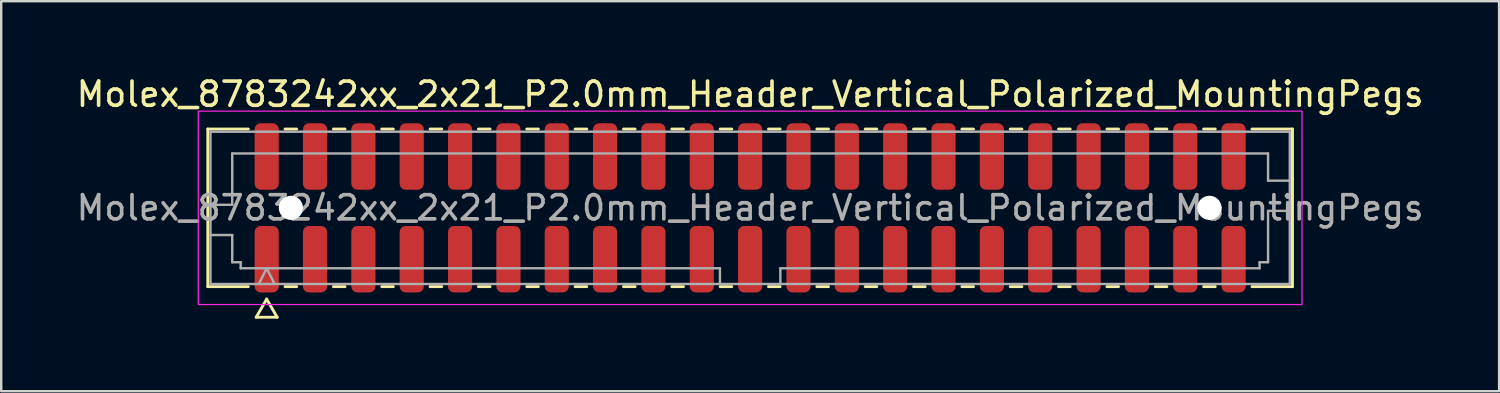
<source format=kicad_pcb>
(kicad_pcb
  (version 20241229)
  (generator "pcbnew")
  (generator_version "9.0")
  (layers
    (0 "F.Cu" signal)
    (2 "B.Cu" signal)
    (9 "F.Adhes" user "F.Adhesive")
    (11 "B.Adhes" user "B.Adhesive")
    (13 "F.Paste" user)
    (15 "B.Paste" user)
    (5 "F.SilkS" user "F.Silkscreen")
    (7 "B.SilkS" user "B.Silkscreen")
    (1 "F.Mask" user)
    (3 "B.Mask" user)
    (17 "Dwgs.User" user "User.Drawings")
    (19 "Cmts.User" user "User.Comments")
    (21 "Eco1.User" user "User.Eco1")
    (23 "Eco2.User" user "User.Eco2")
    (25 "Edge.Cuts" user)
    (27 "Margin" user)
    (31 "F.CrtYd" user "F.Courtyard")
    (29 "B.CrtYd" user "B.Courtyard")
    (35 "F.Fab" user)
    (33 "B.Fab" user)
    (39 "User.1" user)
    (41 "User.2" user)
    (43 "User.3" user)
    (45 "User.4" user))
  (footprint "Molex_8783242xx_2x21_P2.0mm_Header_Vertical_Polarized_MountingPegs"
    (layer "F.Cu")
    (at 27.982 5.548)
    (property "Reference" "Molex_8783242xx_2x21_P2.0mm_Header_Vertical_Polarized_MountingPegs" (at 0 -4.7 0) (layer "F.SilkS") (effects (font (size 1 1) (thickness 0.15))))
    (attr smd)
    (fp_line (start -22.435 -3.26) (end -20.76 -3.26) (stroke (width 0.12) (type solid)) (layer "F.SilkS"))
    (fp_line (start -22.435 3.26) (end -22.435 -3.26) (stroke (width 0.12) (type solid)) (layer "F.SilkS"))
    (fp_line (start -20.76 3.26) (end -22.435 3.26) (stroke (width 0.12) (type solid)) (layer "F.SilkS"))
    (fp_line (start -20.433 4.525) (end -20 3.775) (stroke (width 0.12) (type solid)) (layer "F.SilkS"))
    (fp_line (start -20 3.775) (end -19.567 4.525) (stroke (width 0.12) (type solid)) (layer "F.SilkS"))
    (fp_line (start -19.567 4.525) (end -20.433 4.525) (stroke (width 0.12) (type solid)) (layer "F.SilkS"))
    (fp_line (start -19.24 -3.26) (end -18.76 -3.26) (stroke (width 0.12) (type solid)) (layer "F.SilkS"))
    (fp_line (start -18.76 3.26) (end -19.24 3.26) (stroke (width 0.12) (type solid)) (layer "F.SilkS"))
    (fp_line (start -17.24 -3.26) (end -16.76 -3.26) (stroke (width 0.12) (type solid)) (layer "F.SilkS"))
    (fp_line (start -16.76 3.26) (end -17.24 3.26) (stroke (width 0.12) (type solid)) (layer "F.SilkS"))
    (fp_line (start -15.24 -3.26) (end -14.76 -3.26) (stroke (width 0.12) (type solid)) (layer "F.SilkS"))
    (fp_line (start -14.76 3.26) (end -15.24 3.26) (stroke (width 0.12) (type solid)) (layer "F.SilkS"))
    (fp_line (start -13.24 -3.26) (end -12.76 -3.26) (stroke (width 0.12) (type solid)) (layer "F.SilkS"))
    (fp_line (start -12.76 3.26) (end -13.24 3.26) (stroke (width 0.12) (type solid)) (layer "F.SilkS"))
    (fp_line (start -11.24 -3.26) (end -10.76 -3.26) (stroke (width 0.12) (type solid)) (layer "F.SilkS"))
    (fp_line (start -10.76 3.26) (end -11.24 3.26) (stroke (width 0.12) (type solid)) (layer "F.SilkS"))
    (fp_line (start -9.24 -3.26) (end -8.76 -3.26) (stroke (width 0.12) (type solid)) (layer "F.SilkS"))
    (fp_line (start -8.76 3.26) (end -9.24 3.26) (stroke (width 0.12) (type solid)) (layer "F.SilkS"))
    (fp_line (start -7.24 -3.26) (end -6.76 -3.26) (stroke (width 0.12) (type solid)) (layer "F.SilkS"))
    (fp_line (start -6.76 3.26) (end -7.24 3.26) (stroke (width 0.12) (type solid)) (layer "F.SilkS"))
    (fp_line (start -5.24 -3.26) (end -4.76 -3.26) (stroke (width 0.12) (type solid)) (layer "F.SilkS"))
    (fp_line (start -4.76 3.26) (end -5.24 3.26) (stroke (width 0.12) (type solid)) (layer "F.SilkS"))
    (fp_line (start -3.24 -3.26) (end -2.76 -3.26) (stroke (width 0.12) (type solid)) (layer "F.SilkS"))
    (fp_line (start -2.76 3.26) (end -3.24 3.26) (stroke (width 0.12) (type solid)) (layer "F.SilkS"))
    (fp_line (start -1.24 -3.26) (end -0.76 -3.26) (stroke (width 0.12) (type solid)) (layer "F.SilkS"))
    (fp_line (start -0.76 3.26) (end -1.24 3.26) (stroke (width 0.12) (type solid)) (layer "F.SilkS"))
    (fp_line (start 0.76 -3.26) (end 1.24 -3.26) (stroke (width 0.12) (type solid)) (layer "F.SilkS"))
    (fp_line (start 1.24 3.26) (end 0.76 3.26) (stroke (width 0.12) (type solid)) (layer "F.SilkS"))
    (fp_line (start 2.76 -3.26) (end 3.24 -3.26) (stroke (width 0.12) (type solid)) (layer "F.SilkS"))
    (fp_line (start 3.24 3.26) (end 2.76 3.26) (stroke (width 0.12) (type solid)) (layer "F.SilkS"))
    (fp_line (start 4.76 -3.26) (end 5.24 -3.26) (stroke (width 0.12) (type solid)) (layer "F.SilkS"))
    (fp_line (start 5.24 3.26) (end 4.76 3.26) (stroke (width 0.12) (type solid)) (layer "F.SilkS"))
    (fp_line (start 6.76 -3.26) (end 7.24 -3.26) (stroke (width 0.12) (type solid)) (layer "F.SilkS"))
    (fp_line (start 7.24 3.26) (end 6.76 3.26) (stroke (width 0.12) (type solid)) (layer "F.SilkS"))
    (fp_line (start 8.76 -3.26) (end 9.24 -3.26) (stroke (width 0.12) (type solid)) (layer "F.SilkS"))
    (fp_line (start 9.24 3.26) (end 8.76 3.26) (stroke (width 0.12) (type solid)) (layer "F.SilkS"))
    (fp_line (start 10.76 -3.26) (end 11.24 -3.26) (stroke (width 0.12) (type solid)) (layer "F.SilkS"))
    (fp_line (start 11.24 3.26) (end 10.76 3.26) (stroke (width 0.12) (type solid)) (layer "F.SilkS"))
    (fp_line (start 12.76 -3.26) (end 13.24 -3.26) (stroke (width 0.12) (type solid)) (layer "F.SilkS"))
    (fp_line (start 13.24 3.26) (end 12.76 3.26) (stroke (width 0.12) (type solid)) (layer "F.SilkS"))
    (fp_line (start 14.76 -3.26) (end 15.24 -3.26) (stroke (width 0.12) (type solid)) (layer "F.SilkS"))
    (fp_line (start 15.24 3.26) (end 14.76 3.26) (stroke (width 0.12) (type solid)) (layer "F.SilkS"))
    (fp_line (start 16.76 -3.26) (end 17.24 -3.26) (stroke (width 0.12) (type solid)) (layer "F.SilkS"))
    (fp_line (start 17.24 3.26) (end 16.76 3.26) (stroke (width 0.12) (type solid)) (layer "F.SilkS"))
    (fp_line (start 18.76 -3.26) (end 19.24 -3.26) (stroke (width 0.12) (type solid)) (layer "F.SilkS"))
    (fp_line (start 19.24 3.26) (end 18.76 3.26) (stroke (width 0.12) (type solid)) (layer "F.SilkS"))
    (fp_line (start 20.76 -3.26) (end 22.435 -3.26) (stroke (width 0.12) (type solid)) (layer "F.SilkS"))
    (fp_line (start 22.435 -3.26) (end 22.435 3.26) (stroke (width 0.12) (type solid)) (layer "F.SilkS"))
    (fp_line (start 22.435 3.26) (end 20.76 3.26) (stroke (width 0.12) (type solid)) (layer "F.SilkS"))
    (fp_rect (start -22.83 -4) (end 22.83 4) (stroke (width 0.05) (type solid)) (fill no) (layer "F.CrtYd"))
    (fp_line (start -22.325 -3.15) (end 22.325 -3.15) (stroke (width 0.1) (type solid)) (layer "F.Fab"))
    (fp_line (start -22.325 -0.125) (end -21.425 -0.125) (stroke (width 0.1) (type solid)) (layer "F.Fab"))
    (fp_line (start -22.325 1.125) (end -21.425 1.125) (stroke (width 0.1) (type solid)) (layer "F.Fab"))
    (fp_line (start -22.325 3.15) (end -22.325 -3.15) (stroke (width 0.1) (type solid)) (layer "F.Fab"))
    (fp_line (start -21.425 -2.25) (end 21.425 -2.25) (stroke (width 0.1) (type solid)) (layer "F.Fab"))
    (fp_line (start -21.425 -0.125) (end -21.425 -2.25) (stroke (width 0.1) (type solid)) (layer "F.Fab"))
    (fp_line (start -21.425 1.125) (end -21.425 2.25) (stroke (width 0.1) (type solid)) (layer "F.Fab"))
    (fp_line (start -21.425 2.25) (end -21.075 2.25) (stroke (width 0.1) (type solid)) (layer "F.Fab"))
    (fp_line (start -21.075 2.25) (end -21.075 2.5) (stroke (width 0.1) (type solid)) (layer "F.Fab"))
    (fp_line (start -21.075 2.5) (end -1.25 2.5) (stroke (width 0.1) (type solid)) (layer "F.Fab"))
    (fp_line (start -20.325 3.15) (end -20 2.5) (stroke (width 0.1) (type solid)) (layer "F.Fab"))
    (fp_line (start -20 2.5) (end -19.675 3.15) (stroke (width 0.1) (type solid)) (layer "F.Fab"))
    (fp_line (start -1.25 2.5) (end -1.25 3.15) (stroke (width 0.1) (type solid)) (layer "F.Fab"))
    (fp_line (start 1.25 2.5) (end 1.25 3.15) (stroke (width 0.1) (type solid)) (layer "F.Fab"))
    (fp_line (start 1.25 2.5) (end 21.075 2.5) (stroke (width 0.1) (type solid)) (layer "F.Fab"))
    (fp_line (start 21.075 2.25) (end 21.425 2.25) (stroke (width 0.1) (type solid)) (layer "F.Fab"))
    (fp_line (start 21.075 2.5) (end 21.075 2.25) (stroke (width 0.1) (type solid)) (layer "F.Fab"))
    (fp_line (start 21.425 -2.25) (end 21.425 -1.125) (stroke (width 0.1) (type solid)) (layer "F.Fab"))
    (fp_line (start 21.425 -1.125) (end 22.325 -1.125) (stroke (width 0.1) (type solid)) (layer "F.Fab"))
    (fp_line (start 21.425 0.125) (end 22.325 0.125) (stroke (width 0.1) (type solid)) (layer "F.Fab"))
    (fp_line (start 21.425 2.25) (end 21.425 0.125) (stroke (width 0.1) (type solid)) (layer "F.Fab"))
    (fp_line (start 22.325 -3.15) (end 22.325 3.15) (stroke (width 0.1) (type solid)) (layer "F.Fab"))
    (fp_line (start 22.325 3.15) (end -22.325 3.15) (stroke (width 0.1) (type solid)) (layer "F.Fab"))
    (fp_text user "${REFERENCE}" (at 0 0 0) (layer "F.Fab") (effects (font (size 1 1) (thickness 0.15))))
    (pad "" np_thru_hole circle (at -19 0) (size 1 1) (drill 1) (layers "*.Cu" "*.Mask"))
    (pad "" np_thru_hole circle (at 19 0) (size 1 1) (drill 1) (layers "*.Cu" "*.Mask"))
    (pad "1" smd roundrect (at -20 2.125) (size 1 2.75) (layers "F.Cu" "F.Mask" "F.Paste") (roundrect_rratio 0.25))
    (pad "2" smd roundrect (at -20 -2.125) (size 1 2.75) (layers "F.Cu" "F.Mask" "F.Paste") (roundrect_rratio 0.25))
    (pad "3" smd roundrect (at -18 2.125) (size 1 2.75) (layers "F.Cu" "F.Mask" "F.Paste") (roundrect_rratio 0.25))
    (pad "4" smd roundrect (at -18 -2.125) (size 1 2.75) (layers "F.Cu" "F.Mask" "F.Paste") (roundrect_rratio 0.25))
    (pad "5" smd roundrect (at -16 2.125) (size 1 2.75) (layers "F.Cu" "F.Mask" "F.Paste") (roundrect_rratio 0.25))
    (pad "6" smd roundrect (at -16 -2.125) (size 1 2.75) (layers "F.Cu" "F.Mask" "F.Paste") (roundrect_rratio 0.25))
    (pad "7" smd roundrect (at -14 2.125) (size 1 2.75) (layers "F.Cu" "F.Mask" "F.Paste") (roundrect_rratio 0.25))
    (pad "8" smd roundrect (at -14 -2.125) (size 1 2.75) (layers "F.Cu" "F.Mask" "F.Paste") (roundrect_rratio 0.25))
    (pad "9" smd roundrect (at -12 2.125) (size 1 2.75) (layers "F.Cu" "F.Mask" "F.Paste") (roundrect_rratio 0.25))
    (pad "10" smd roundrect (at -12 -2.125) (size 1 2.75) (layers "F.Cu" "F.Mask" "F.Paste") (roundrect_rratio 0.25))
    (pad "11" smd roundrect (at -10 2.125) (size 1 2.75) (layers "F.Cu" "F.Mask" "F.Paste") (roundrect_rratio 0.25))
    (pad "12" smd roundrect (at -10 -2.125) (size 1 2.75) (layers "F.Cu" "F.Mask" "F.Paste") (roundrect_rratio 0.25))
    (pad "13" smd roundrect (at -8 2.125) (size 1 2.75) (layers "F.Cu" "F.Mask" "F.Paste") (roundrect_rratio 0.25))
    (pad "14" smd roundrect (at -8 -2.125) (size 1 2.75) (layers "F.Cu" "F.Mask" "F.Paste") (roundrect_rratio 0.25))
    (pad "15" smd roundrect (at -6 2.125) (size 1 2.75) (layers "F.Cu" "F.Mask" "F.Paste") (roundrect_rratio 0.25))
    (pad "16" smd roundrect (at -6 -2.125) (size 1 2.75) (layers "F.Cu" "F.Mask" "F.Paste") (roundrect_rratio 0.25))
    (pad "17" smd roundrect (at -4 2.125) (size 1 2.75) (layers "F.Cu" "F.Mask" "F.Paste") (roundrect_rratio 0.25))
    (pad "18" smd roundrect (at -4 -2.125) (size 1 2.75) (layers "F.Cu" "F.Mask" "F.Paste") (roundrect_rratio 0.25))
    (pad "19" smd roundrect (at -2 2.125) (size 1 2.75) (layers "F.Cu" "F.Mask" "F.Paste") (roundrect_rratio 0.25))
    (pad "20" smd roundrect (at -2 -2.125) (size 1 2.75) (layers "F.Cu" "F.Mask" "F.Paste") (roundrect_rratio 0.25))
    (pad "21" smd roundrect (at 0 2.125) (size 1 2.75) (layers "F.Cu" "F.Mask" "F.Paste") (roundrect_rratio 0.25))
    (pad "22" smd roundrect (at 0 -2.125) (size 1 2.75) (layers "F.Cu" "F.Mask" "F.Paste") (roundrect_rratio 0.25))
    (pad "23" smd roundrect (at 2 2.125) (size 1 2.75) (layers "F.Cu" "F.Mask" "F.Paste") (roundrect_rratio 0.25))
    (pad "24" smd roundrect (at 2 -2.125) (size 1 2.75) (layers "F.Cu" "F.Mask" "F.Paste") (roundrect_rratio 0.25))
    (pad "25" smd roundrect (at 4 2.125) (size 1 2.75) (layers "F.Cu" "F.Mask" "F.Paste") (roundrect_rratio 0.25))
    (pad "26" smd roundrect (at 4 -2.125) (size 1 2.75) (layers "F.Cu" "F.Mask" "F.Paste") (roundrect_rratio 0.25))
    (pad "27" smd roundrect (at 6 2.125) (size 1 2.75) (layers "F.Cu" "F.Mask" "F.Paste") (roundrect_rratio 0.25))
    (pad "28" smd roundrect (at 6 -2.125) (size 1 2.75) (layers "F.Cu" "F.Mask" "F.Paste") (roundrect_rratio 0.25))
    (pad "29" smd roundrect (at 8 2.125) (size 1 2.75) (layers "F.Cu" "F.Mask" "F.Paste") (roundrect_rratio 0.25))
    (pad "30" smd roundrect (at 8 -2.125) (size 1 2.75) (layers "F.Cu" "F.Mask" "F.Paste") (roundrect_rratio 0.25))
    (pad "31" smd roundrect (at 10 2.125) (size 1 2.75) (layers "F.Cu" "F.Mask" "F.Paste") (roundrect_rratio 0.25))
    (pad "32" smd roundrect (at 10 -2.125) (size 1 2.75) (layers "F.Cu" "F.Mask" "F.Paste") (roundrect_rratio 0.25))
    (pad "33" smd roundrect (at 12 2.125) (size 1 2.75) (layers "F.Cu" "F.Mask" "F.Paste") (roundrect_rratio 0.25))
    (pad "34" smd roundrect (at 12 -2.125) (size 1 2.75) (layers "F.Cu" "F.Mask" "F.Paste") (roundrect_rratio 0.25))
    (pad "35" smd roundrect (at 14 2.125) (size 1 2.75) (layers "F.Cu" "F.Mask" "F.Paste") (roundrect_rratio 0.25))
    (pad "36" smd roundrect (at 14 -2.125) (size 1 2.75) (layers "F.Cu" "F.Mask" "F.Paste") (roundrect_rratio 0.25))
    (pad "37" smd roundrect (at 16 2.125) (size 1 2.75) (layers "F.Cu" "F.Mask" "F.Paste") (roundrect_rratio 0.25))
    (pad "38" smd roundrect (at 16 -2.125) (size 1 2.75) (layers "F.Cu" "F.Mask" "F.Paste") (roundrect_rratio 0.25))
    (pad "39" smd roundrect (at 18 2.125) (size 1 2.75) (layers "F.Cu" "F.Mask" "F.Paste") (roundrect_rratio 0.25))
    (pad "40" smd roundrect (at 18 -2.125) (size 1 2.75) (layers "F.Cu" "F.Mask" "F.Paste") (roundrect_rratio 0.25))
    (pad "41" smd roundrect (at 20 2.125) (size 1 2.75) (layers "F.Cu" "F.Mask" "F.Paste") (roundrect_rratio 0.25))
    (pad "42" smd roundrect (at 20 -2.125) (size 1 2.75) (layers "F.Cu" "F.Mask" "F.Paste") (roundrect_rratio 0.25)))
  (gr_rect
    (start -3 -3)
    (end 58.964 13.133)
    (stroke (width 0.1) (type default))
    (fill no)
    (layer "Edge.Cuts")))
</source>
